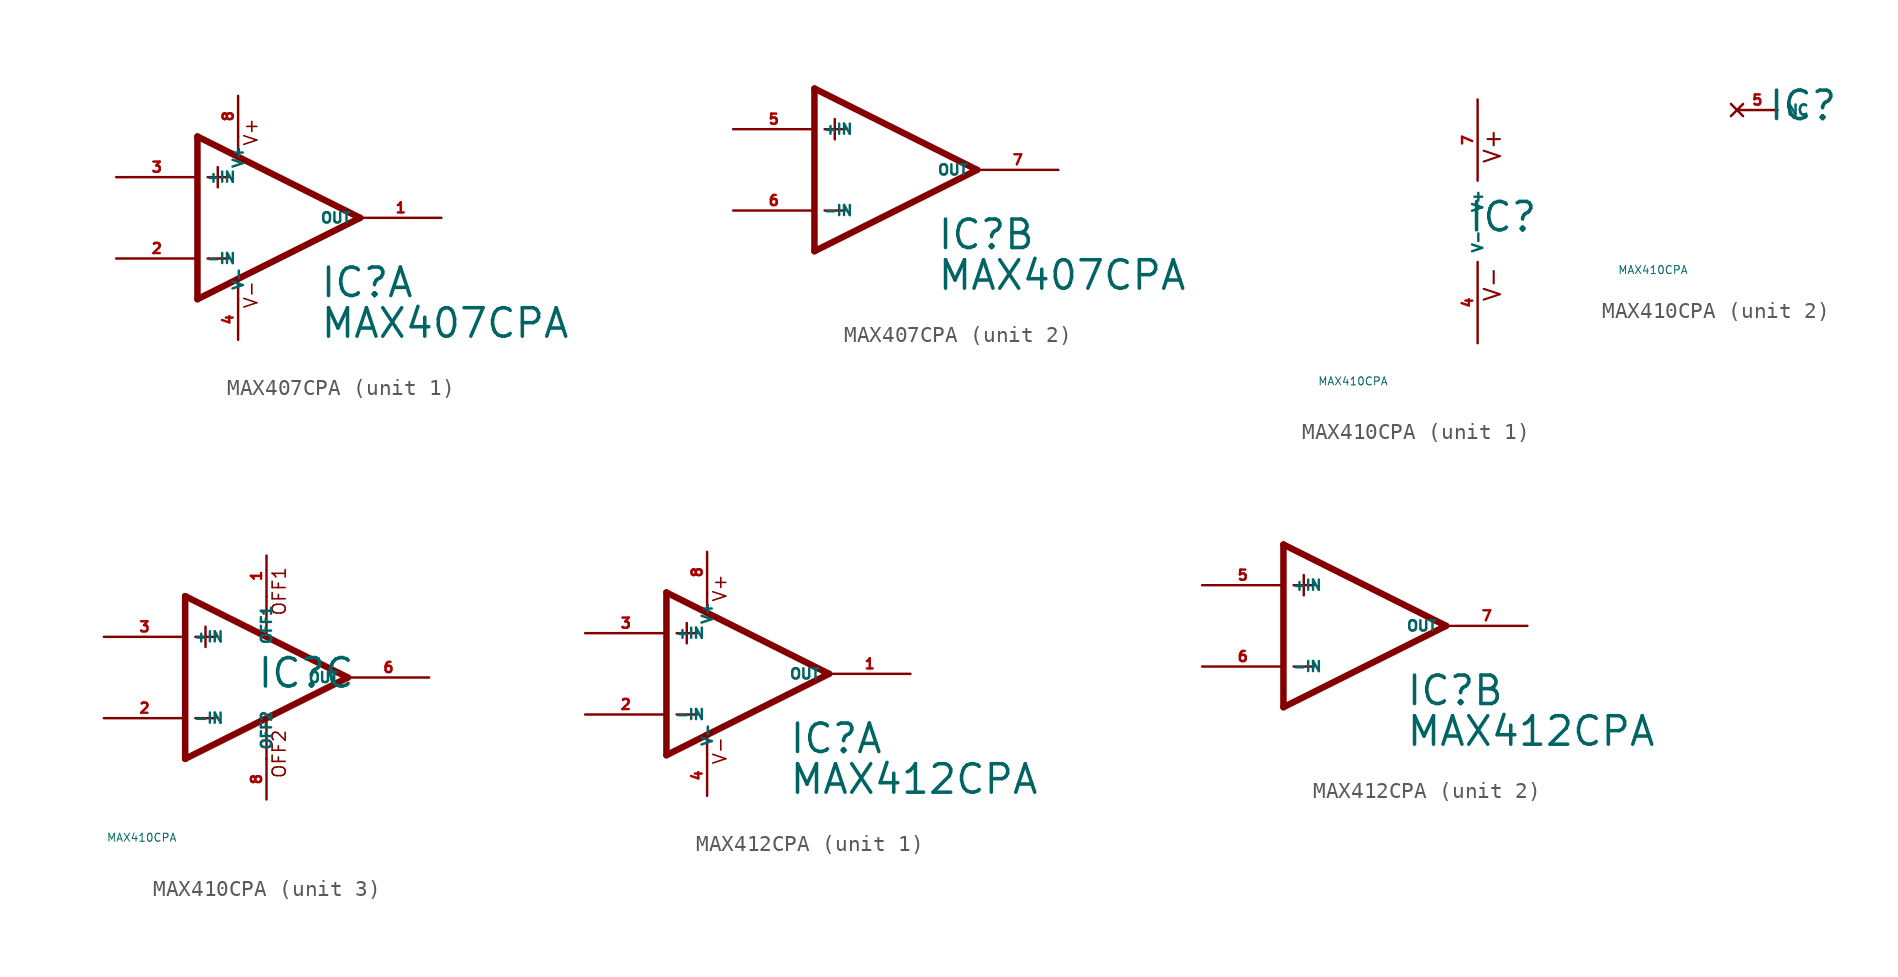
<source format=kicad_sym>
(kicad_symbol_lib
  (version 20220914)
  (generator Eagle2Kicad)
  (symbol "MAX407CPA"
    (property "Reference" "IC"
      (at 2.54 -5.08 0)
      (effects (font (size 1.778 1.778) (thickness 0.22)) (justify left bottom)))
    (property "Value" "MAX407CPA"
      (at 2.54 -7.62 0)
      (effects (font (size 1.778 1.778) (thickness 0.22)) (justify left bottom)))
    (symbol "MAX407CPA_1_0"
      (polyline (pts (xy -3.81 3.175) (xy -3.81 1.905)) (stroke (width 0.152) (type default)) (fill (type none)))
      (polyline (pts (xy -4.445 2.54) (xy -3.175 2.54)) (stroke (width 0.152) (type default)) (fill (type none)))
      (polyline (pts (xy -4.445 -2.54) (xy -3.175 -2.54)) (stroke (width 0.152) (type default)) (fill (type none)))
      (polyline (pts (xy 5.08 0) (xy -2.54 3.81)) (stroke (width 0.406) (type default)) (fill (type none)))
      (polyline (pts (xy -5.08 5.08) (xy -5.08 -5.08)) (stroke (width 0.406) (type default)) (fill (type none)))
      (polyline (pts (xy -5.08 -5.08) (xy -2.54 -3.81)) (stroke (width 0.406) (type default)) (fill (type none)))
      (polyline (pts (xy -2.54 3.81) (xy -2.54 5.08)) (stroke (width 0.152) (type default)) (fill (type none)))
      (polyline (pts (xy -2.54 3.81) (xy -5.08 5.08)) (stroke (width 0.406) (type default)) (fill (type none)))
      (polyline (pts (xy -2.54 -3.81) (xy -2.54 -5.08)) (stroke (width 0.152) (type default)) (fill (type none)))
      (polyline (pts (xy -2.54 -3.81) (xy 5.08 0)) (stroke (width 0.406) (type default)) (fill (type none)))
      (text "V+" (at -1.27 4.445 900) (effects (font (size 0.813 0.813) (thickness 0.10)) (justify left bottom)))
      (text "V-" (at -1.27 -5.715 900) (effects (font (size 0.813 0.813) (thickness 0.10)) (justify left bottom)))
      (pin input line (at -10.16 -2.54 0) (length 5.08) (name "-IN" (effects (font (size 0.635 0.635) (thickness 0.08)) (justify left bottom))) (number "2" (effects (font (size 0.635 0.635) (thickness 0.08)) (justify left bottom))))
      (pin input line (at -10.16 2.54 0) (length 5.08) (name "+IN" (effects (font (size 0.635 0.635) (thickness 0.08)) (justify left bottom))) (number "3" (effects (font (size 0.635 0.635) (thickness 0.08)) (justify left bottom))))
      (pin output line (at 10.16 0 180) (length 5.08) (name "OUT" (effects (font (size 0.635 0.635) (thickness 0.08)) (justify left bottom))) (number "1" (effects (font (size 0.635 0.635) (thickness 0.08)) (justify left bottom))))
      (pin unspecified line (at -2.54 7.62 270) (length 2.54) (name "V+" (effects (font (size 0.635 0.635) (thickness 0.08)) (justify left bottom))) (number "8" (effects (font (size 0.635 0.635) (thickness 0.08)) (justify left bottom))))
      (pin unspecified line (at -2.54 -7.62 90) (length 2.54) (name "V-" (effects (font (size 0.635 0.635) (thickness 0.08)) (justify left bottom))) (number "4" (effects (font (size 0.635 0.635) (thickness 0.08)) (justify left bottom)))))
    (symbol "MAX407CPA_2_0"
      (polyline (pts (xy -3.81 3.175) (xy -3.81 1.905)) (stroke (width 0.152) (type default)) (fill (type none)))
      (polyline (pts (xy -4.445 2.54) (xy -3.175 2.54)) (stroke (width 0.152) (type default)) (fill (type none)))
      (polyline (pts (xy -4.445 -2.54) (xy -3.175 -2.54)) (stroke (width 0.152) (type default)) (fill (type none)))
      (polyline (pts (xy -5.08 5.08) (xy -5.08 -5.08)) (stroke (width 0.406) (type default)) (fill (type none)))
      (polyline (pts (xy 5.08 0) (xy -5.08 5.08)) (stroke (width 0.406) (type default)) (fill (type none)))
      (polyline (pts (xy -5.08 -5.08) (xy 5.08 0)) (stroke (width 0.406) (type default)) (fill (type none)))
      (pin input line (at -10.16 -2.54 0) (length 5.08) (name "-IN" (effects (font (size 0.635 0.635) (thickness 0.08)) (justify left bottom))) (number "6" (effects (font (size 0.635 0.635) (thickness 0.08)) (justify left bottom))))
      (pin input line (at -10.16 2.54 0) (length 5.08) (name "+IN" (effects (font (size 0.635 0.635) (thickness 0.08)) (justify left bottom))) (number "5" (effects (font (size 0.635 0.635) (thickness 0.08)) (justify left bottom))))
      (pin output line (at 10.16 0 180) (length 5.08) (name "OUT" (effects (font (size 0.635 0.635) (thickness 0.08)) (justify left bottom))) (number "7" (effects (font (size 0.635 0.635) (thickness 0.08)) (justify left bottom))))))
  (symbol "MAX410CPA"
    (property "Reference" "IC"
      (at -0.635 -0.762 0)
      (effects (font (size 1.778 1.778) (thickness 0.22)) (justify left bottom)))
    (property "Value" "MAX410CPA"
      (at -10 -10 0)
      (effects (font (size 0.5 0.5) (thickness 0.06)) (justify left)))
    (symbol "MAX410CPA_1_0"
      (text "V+" (at 1.524 3.556 900) (effects (font (size 1.016 1.016) (thickness 0.13)) (justify left bottom)))
      (text "V-" (at 1.524 -5.08 900) (effects (font (size 1.016 1.016) (thickness 0.13)) (justify left bottom)))
      (pin unspecified line (at 0 7.62 270) (length 5.08) (name "V+" (effects (font (size 0.635 0.635) (thickness 0.08)) (justify left bottom))) (number "7" (effects (font (size 0.635 0.635) (thickness 0.08)) (justify left bottom))))
      (pin unspecified line (at 0 -7.62 90) (length 5.08) (name "V-" (effects (font (size 0.635 0.635) (thickness 0.08)) (justify left bottom))) (number "4" (effects (font (size 0.635 0.635) (thickness 0.08)) (justify left bottom)))))
    (symbol "MAX410CPA_2_0"
      (pin no_connect line (at -2.54 0 0) (length 2.54) (name "NC" (effects (font (size 0.635 0.635) (thickness 0.08)) (justify left bottom) hide)) (number "5" (effects (font (size 0.635 0.635) (thickness 0.08)) (justify left bottom) hide))))
    (symbol "MAX410CPA_3_0"
      (polyline (pts (xy -3.81 3.175) (xy -3.81 1.905)) (stroke (width 0.152) (type default)) (fill (type none)))
      (polyline (pts (xy -4.445 2.54) (xy -3.175 2.54)) (stroke (width 0.152) (type default)) (fill (type none)))
      (polyline (pts (xy -4.445 -2.54) (xy -3.175 -2.54)) (stroke (width 0.152) (type default)) (fill (type none)))
      (polyline (pts (xy 0 5.055) (xy 0 2.616)) (stroke (width 0.152) (type default)) (fill (type none)))
      (polyline (pts (xy 0 -2.616) (xy 0 -5.08)) (stroke (width 0.152) (type default)) (fill (type none)))
      (polyline (pts (xy 5.08 0) (xy -5.08 5.08)) (stroke (width 0.406) (type default)) (fill (type none)))
      (polyline (pts (xy -5.08 5.08) (xy -5.08 -5.08)) (stroke (width 0.406) (type default)) (fill (type none)))
      (polyline (pts (xy -5.08 -5.08) (xy 5.08 0)) (stroke (width 0.406) (type default)) (fill (type none)))
      (text "OFF1" (at 1.27 3.81 900) (effects (font (size 0.813 0.813) (thickness 0.10)) (justify left bottom)))
      (text "OFF2" (at 1.27 -6.35 900) (effects (font (size 0.813 0.813) (thickness 0.10)) (justify left bottom)))
      (pin passive line (at 0 7.62 270) (length 2.54) (name "OFF1" (effects (font (size 0.635 0.635) (thickness 0.08)) (justify left bottom))) (number "1" (effects (font (size 0.635 0.635) (thickness 0.08)) (justify left bottom))))
      (pin input line (at -10.16 -2.54 0) (length 5.08) (name "-IN" (effects (font (size 0.635 0.635) (thickness 0.08)) (justify left bottom))) (number "2" (effects (font (size 0.635 0.635) (thickness 0.08)) (justify left bottom))))
      (pin input line (at -10.16 2.54 0) (length 5.08) (name "+IN" (effects (font (size 0.635 0.635) (thickness 0.08)) (justify left bottom))) (number "3" (effects (font (size 0.635 0.635) (thickness 0.08)) (justify left bottom))))
      (pin output line (at 10.16 0 180) (length 5.08) (name "OUT" (effects (font (size 0.635 0.635) (thickness 0.08)) (justify left bottom))) (number "6" (effects (font (size 0.635 0.635) (thickness 0.08)) (justify left bottom))))
      (pin passive line (at 0 -7.62 90) (length 2.54) (name "OFF2" (effects (font (size 0.635 0.635) (thickness 0.08)) (justify left bottom))) (number "8" (effects (font (size 0.635 0.635) (thickness 0.08)) (justify left bottom))))))
  (symbol "MAX412CPA"
    (property "Reference" "IC"
      (at 2.54 -5.08 0)
      (effects (font (size 1.778 1.778) (thickness 0.22)) (justify left bottom)))
    (property "Value" "MAX412CPA"
      (at 2.54 -7.62 0)
      (effects (font (size 1.778 1.778) (thickness 0.22)) (justify left bottom)))
    (symbol "MAX412CPA_1_0"
      (polyline (pts (xy -3.81 3.175) (xy -3.81 1.905)) (stroke (width 0.152) (type default)) (fill (type none)))
      (polyline (pts (xy -4.445 2.54) (xy -3.175 2.54)) (stroke (width 0.152) (type default)) (fill (type none)))
      (polyline (pts (xy -4.445 -2.54) (xy -3.175 -2.54)) (stroke (width 0.152) (type default)) (fill (type none)))
      (polyline (pts (xy 5.08 0) (xy -2.54 3.81)) (stroke (width 0.406) (type default)) (fill (type none)))
      (polyline (pts (xy -5.08 5.08) (xy -5.08 -5.08)) (stroke (width 0.406) (type default)) (fill (type none)))
      (polyline (pts (xy -5.08 -5.08) (xy -2.54 -3.81)) (stroke (width 0.406) (type default)) (fill (type none)))
      (polyline (pts (xy -2.54 3.81) (xy -2.54 5.08)) (stroke (width 0.152) (type default)) (fill (type none)))
      (polyline (pts (xy -2.54 3.81) (xy -5.08 5.08)) (stroke (width 0.406) (type default)) (fill (type none)))
      (polyline (pts (xy -2.54 -3.81) (xy -2.54 -5.08)) (stroke (width 0.152) (type default)) (fill (type none)))
      (polyline (pts (xy -2.54 -3.81) (xy 5.08 0)) (stroke (width 0.406) (type default)) (fill (type none)))
      (text "V+" (at -1.27 4.445 900) (effects (font (size 0.813 0.813) (thickness 0.10)) (justify left bottom)))
      (text "V-" (at -1.27 -5.715 900) (effects (font (size 0.813 0.813) (thickness 0.10)) (justify left bottom)))
      (pin input line (at -10.16 -2.54 0) (length 5.08) (name "-IN" (effects (font (size 0.635 0.635) (thickness 0.08)) (justify left bottom))) (number "2" (effects (font (size 0.635 0.635) (thickness 0.08)) (justify left bottom))))
      (pin input line (at -10.16 2.54 0) (length 5.08) (name "+IN" (effects (font (size 0.635 0.635) (thickness 0.08)) (justify left bottom))) (number "3" (effects (font (size 0.635 0.635) (thickness 0.08)) (justify left bottom))))
      (pin output line (at 10.16 0 180) (length 5.08) (name "OUT" (effects (font (size 0.635 0.635) (thickness 0.08)) (justify left bottom))) (number "1" (effects (font (size 0.635 0.635) (thickness 0.08)) (justify left bottom))))
      (pin unspecified line (at -2.54 7.62 270) (length 2.54) (name "V+" (effects (font (size 0.635 0.635) (thickness 0.08)) (justify left bottom))) (number "8" (effects (font (size 0.635 0.635) (thickness 0.08)) (justify left bottom))))
      (pin unspecified line (at -2.54 -7.62 90) (length 2.54) (name "V-" (effects (font (size 0.635 0.635) (thickness 0.08)) (justify left bottom))) (number "4" (effects (font (size 0.635 0.635) (thickness 0.08)) (justify left bottom)))))
    (symbol "MAX412CPA_2_0"
      (polyline (pts (xy -3.81 3.175) (xy -3.81 1.905)) (stroke (width 0.152) (type default)) (fill (type none)))
      (polyline (pts (xy -4.445 2.54) (xy -3.175 2.54)) (stroke (width 0.152) (type default)) (fill (type none)))
      (polyline (pts (xy -4.445 -2.54) (xy -3.175 -2.54)) (stroke (width 0.152) (type default)) (fill (type none)))
      (polyline (pts (xy -5.08 5.08) (xy -5.08 -5.08)) (stroke (width 0.406) (type default)) (fill (type none)))
      (polyline (pts (xy 5.08 0) (xy -5.08 5.08)) (stroke (width 0.406) (type default)) (fill (type none)))
      (polyline (pts (xy -5.08 -5.08) (xy 5.08 0)) (stroke (width 0.406) (type default)) (fill (type none)))
      (pin input line (at -10.16 -2.54 0) (length 5.08) (name "-IN" (effects (font (size 0.635 0.635) (thickness 0.08)) (justify left bottom))) (number "6" (effects (font (size 0.635 0.635) (thickness 0.08)) (justify left bottom))))
      (pin input line (at -10.16 2.54 0) (length 5.08) (name "+IN" (effects (font (size 0.635 0.635) (thickness 0.08)) (justify left bottom))) (number "5" (effects (font (size 0.635 0.635) (thickness 0.08)) (justify left bottom))))
      (pin output line (at 10.16 0 180) (length 5.08) (name "OUT" (effects (font (size 0.635 0.635) (thickness 0.08)) (justify left bottom))) (number "7" (effects (font (size 0.635 0.635) (thickness 0.08)) (justify left bottom)))))))
</source>
